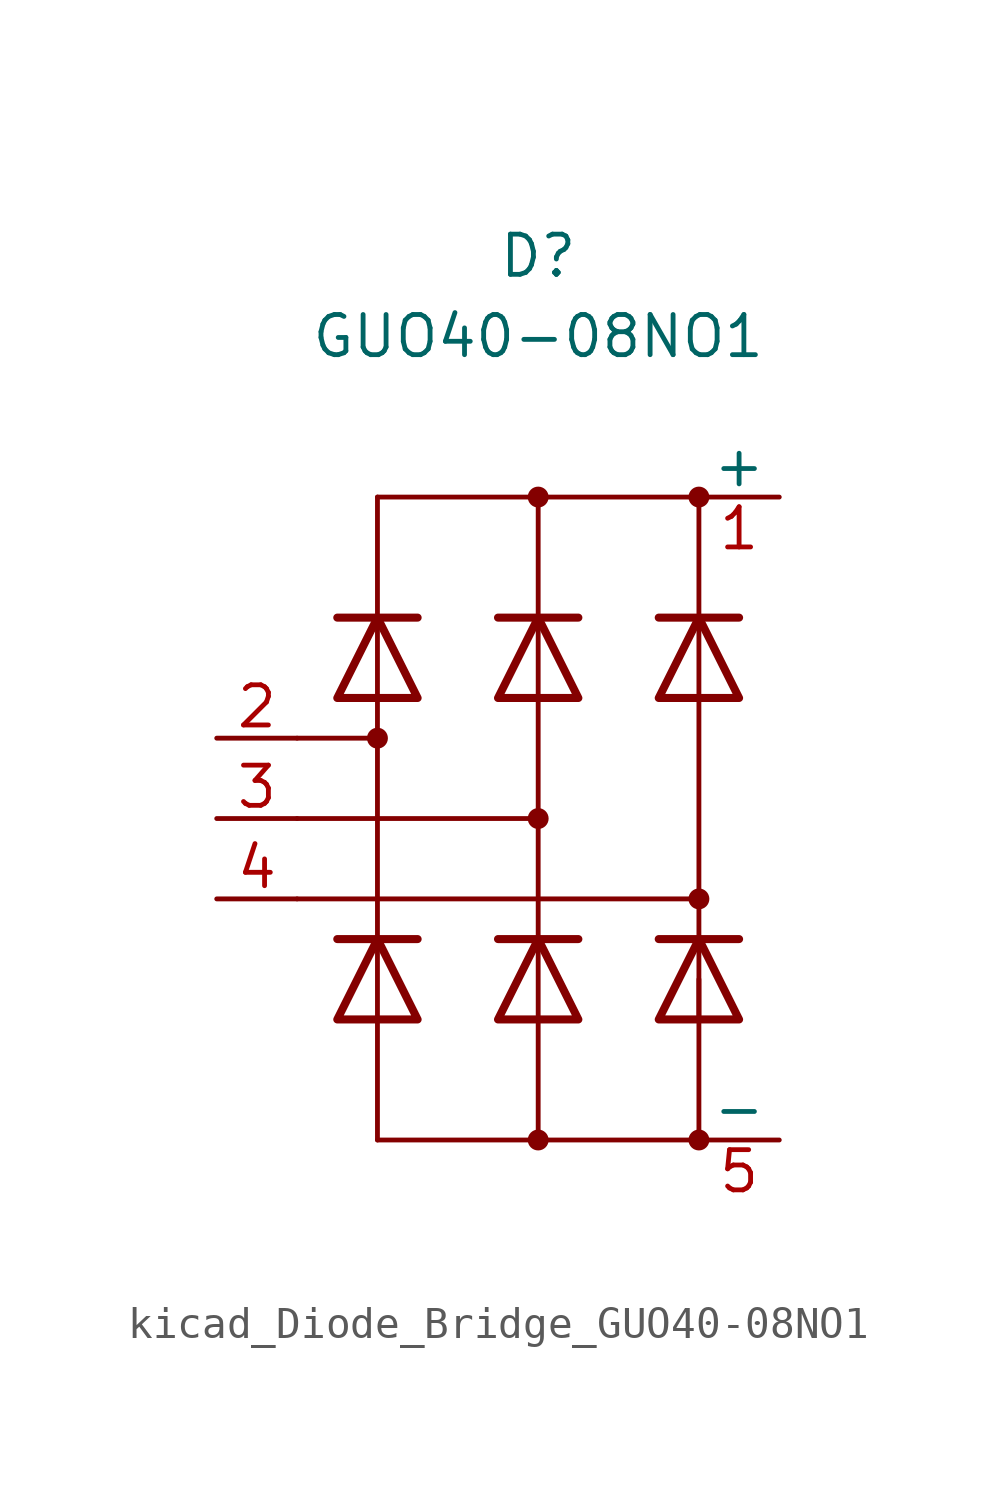
<source format=kicad_sym>
(kicad_symbol_lib
  (version 20220914)
  (generator kicad_symbol_editor)
  (symbol "kicad_Diode_Bridge_GUO40-08NO1"
    (pin_names
      (offset 0))
    (property "Reference" "D"
      (at 0 17.78 0)
      (effects (font (size 1.27 1.27))))
    (property "Value" "GUO40-08NO1"
      (at 0 15.24 0)
      (effects (font (size 1.27 1.27))))
    (symbol "kicad_Diode_Bridge_GUO40-08NO1_0_1"
      (circle (center -5.08 2.54) (radius 0.254) (stroke (width 0) (type default)) (fill (type outline)))
      (circle (center 0 -10.16) (radius 0.254) (stroke (width 0) (type default)) (fill (type outline)))
      (polyline (pts (xy -7.62 -2.54) (xy 5.08 -2.54)) (stroke (width 0) (type default)) (fill (type none)))
      (polyline (pts (xy -7.62 0) (xy 0 0)) (stroke (width 0) (type default)) (fill (type none)))
      (polyline (pts (xy -7.62 2.54) (xy -5.08 2.54)) (stroke (width 0) (type default)) (fill (type none)))
      (polyline (pts (xy -5.08 -10.16) (xy 5.08 -10.16)) (stroke (width 0) (type default)) (fill (type none)))
      (polyline (pts (xy -5.08 -6.35) (xy -5.08 -10.16)) (stroke (width 0) (type default)) (fill (type none)))
      (polyline (pts (xy -5.08 3.81) (xy -5.08 -3.81)) (stroke (width 0) (type default)) (fill (type none)))
      (polyline (pts (xy -5.08 10.16) (xy -5.08 6.35)) (stroke (width 0) (type default)) (fill (type none)))
      (polyline (pts (xy -5.08 10.16) (xy 5.08 10.16)) (stroke (width 0) (type default)) (fill (type none)))
      (polyline (pts (xy 0 -6.35) (xy 0 -10.16)) (stroke (width 0) (type default)) (fill (type none)))
      (polyline (pts (xy 0 3.81) (xy 0 -3.81)) (stroke (width 0) (type default)) (fill (type none)))
      (polyline (pts (xy 0 6.35) (xy 0 10.16)) (stroke (width 0) (type default)) (fill (type none)))
      (polyline (pts (xy 5.08 -10.16) (xy 5.08 -5.08)) (stroke (width 0) (type default)) (fill (type none)))
      (polyline (pts (xy 5.08 3.81) (xy 5.08 -3.81)) (stroke (width 0) (type default)) (fill (type none)))
      (polyline (pts (xy 5.08 10.16) (xy 5.08 6.35)) (stroke (width 0) (type default)) (fill (type none)))
      (circle (center 0 0) (radius 0.254) (stroke (width 0) (type default)) (fill (type outline)))
      (circle (center 0 10.16) (radius 0.254) (stroke (width 0) (type default)) (fill (type outline)))
      (circle (center 5.08 -10.16) (radius 0.254) (stroke (width 0) (type default)) (fill (type outline)))
      (circle (center 5.08 -2.54) (radius 0.254) (stroke (width 0) (type default)) (fill (type outline)))
      (circle (center 5.08 10.16) (radius 0.254) (stroke (width 0) (type default)) (fill (type outline))))
    (symbol "kicad_Diode_Bridge_GUO40-08NO1_1_1"
      (polyline (pts (xy -5.08 -6.35) (xy -5.08 -3.81)) (stroke (width 0) (type default)) (fill (type none)))
      (polyline (pts (xy -5.08 3.81) (xy -5.08 6.35)) (stroke (width 0) (type default)) (fill (type none)))
      (polyline (pts (xy -3.81 -3.81) (xy -6.35 -3.81)) (stroke (width 0.254) (type default)) (fill (type none)))
      (polyline (pts (xy -3.81 6.35) (xy -6.35 6.35)) (stroke (width 0.254) (type default)) (fill (type none)))
      (polyline (pts (xy 0 -6.35) (xy 0 -3.81)) (stroke (width 0) (type default)) (fill (type none)))
      (polyline (pts (xy 0 3.81) (xy 0 6.35)) (stroke (width 0) (type default)) (fill (type none)))
      (polyline (pts (xy 1.27 -3.81) (xy -1.27 -3.81)) (stroke (width 0.254) (type default)) (fill (type none)))
      (polyline (pts (xy 1.27 6.35) (xy -1.27 6.35)) (stroke (width 0.254) (type default)) (fill (type none)))
      (polyline (pts (xy 5.08 -6.35) (xy 5.08 -3.81)) (stroke (width 0) (type default)) (fill (type none)))
      (polyline (pts (xy 5.08 3.81) (xy 5.08 6.35)) (stroke (width 0) (type default)) (fill (type none)))
      (polyline (pts (xy 6.35 -3.81) (xy 3.81 -3.81)) (stroke (width 0.254) (type default)) (fill (type none)))
      (polyline (pts (xy 6.35 6.35) (xy 3.81 6.35)) (stroke (width 0.254) (type default)) (fill (type none)))
      (polyline (pts (xy -3.81 -6.35) (xy -6.35 -6.35) (xy -5.08 -3.81) (xy -3.81 -6.35)) (stroke (width 0.254) (type default)) (fill (type none)))
      (polyline (pts (xy -3.81 3.81) (xy -6.35 3.81) (xy -5.08 6.35) (xy -3.81 3.81)) (stroke (width 0.254) (type default)) (fill (type none)))
      (polyline (pts (xy 1.27 -6.35) (xy -1.27 -6.35) (xy 0 -3.81) (xy 1.27 -6.35)) (stroke (width 0.254) (type default)) (fill (type none)))
      (polyline (pts (xy 1.27 3.81) (xy -1.27 3.81) (xy 0 6.35) (xy 1.27 3.81)) (stroke (width 0.254) (type default)) (fill (type none)))
      (polyline (pts (xy 6.35 -6.35) (xy 3.81 -6.35) (xy 5.08 -3.81) (xy 6.35 -6.35)) (stroke (width 0.254) (type default)) (fill (type none)))
      (polyline (pts (xy 6.35 3.81) (xy 3.81 3.81) (xy 5.08 6.35) (xy 6.35 3.81)) (stroke (width 0.254) (type default)) (fill (type none)))
      (pin passive line (at 7.62 10.16 180) (length 2.54) (name "+" (effects (font (size 1.27 1.27)))) (number "1" (effects (font (size 1.27 1.27)))))
      (pin passive line (at -10.16 2.54 0) (length 2.54) (name "~" (effects (font (size 1.27 1.27)))) (number "2" (effects (font (size 1.27 1.27)))))
      (pin passive line (at -10.16 0 0) (length 2.54) (name "~" (effects (font (size 1.27 1.27)))) (number "3" (effects (font (size 1.27 1.27)))))
      (pin passive line (at -10.16 -2.54 0) (length 2.54) (name "~" (effects (font (size 1.27 1.27)))) (number "4" (effects (font (size 1.27 1.27)))))
      (pin passive line (at 7.62 -10.16 180) (length 2.54) (name "-" (effects (font (size 1.27 1.27)))) (number "5" (effects (font (size 1.27 1.27))))))))
</source>
